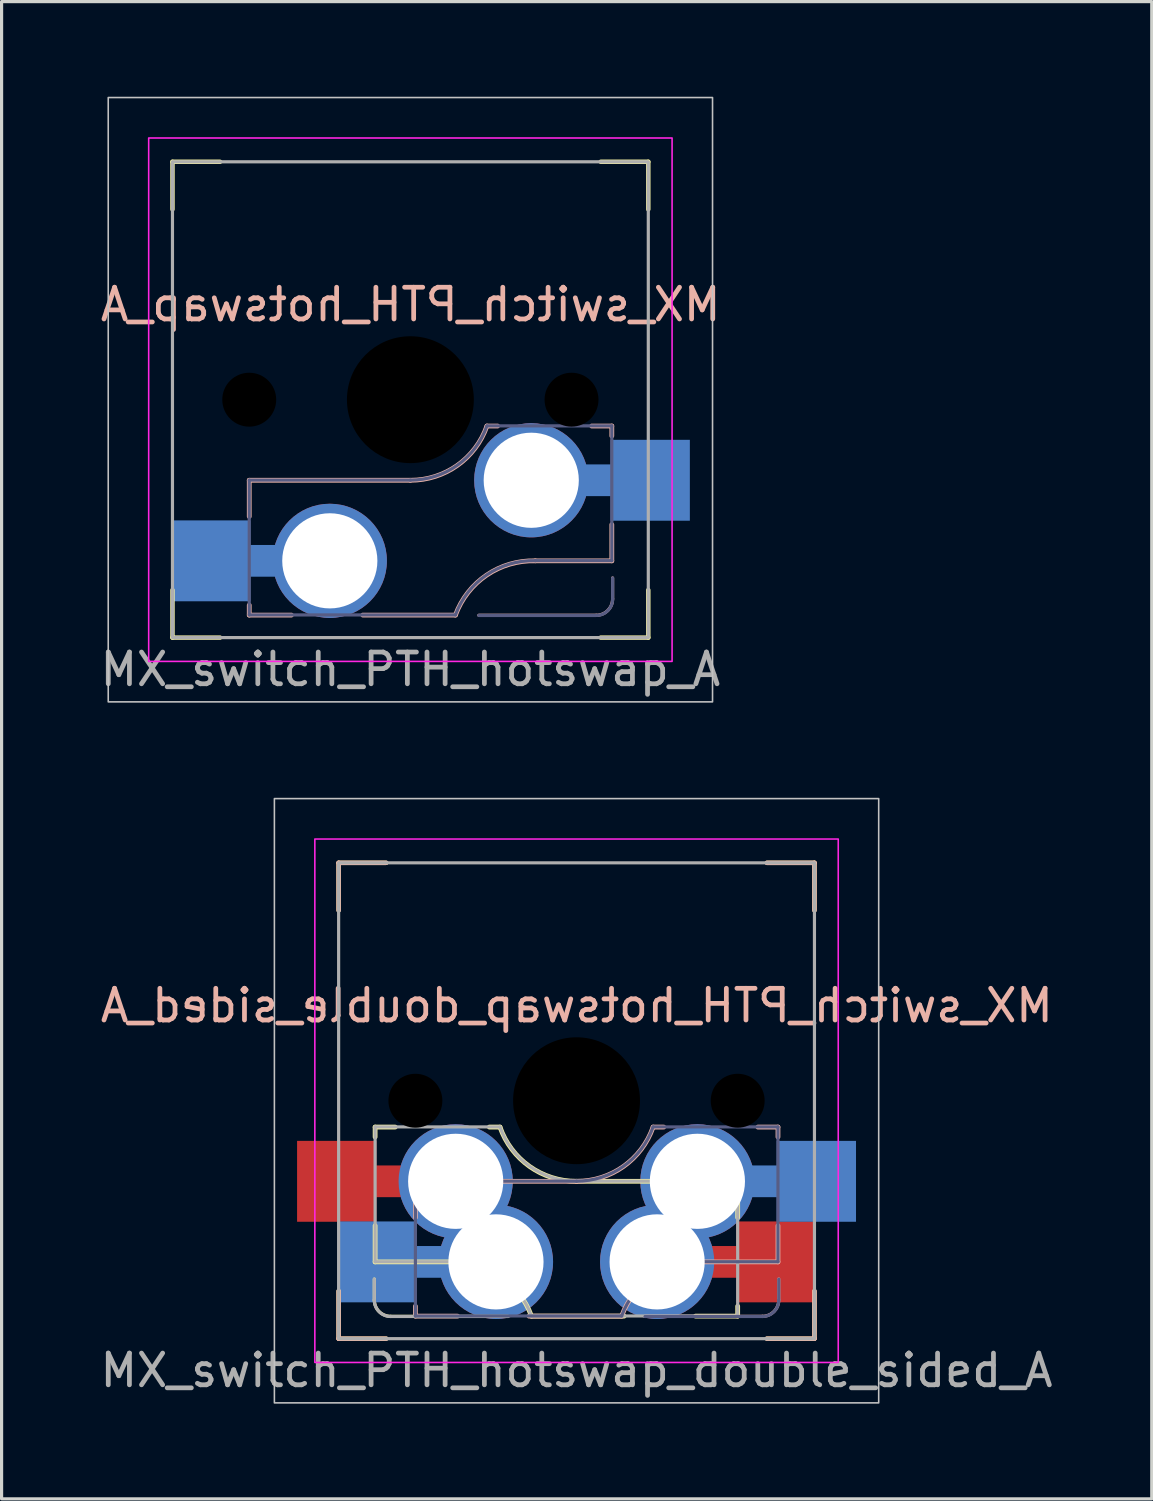
<source format=kicad_pcb>
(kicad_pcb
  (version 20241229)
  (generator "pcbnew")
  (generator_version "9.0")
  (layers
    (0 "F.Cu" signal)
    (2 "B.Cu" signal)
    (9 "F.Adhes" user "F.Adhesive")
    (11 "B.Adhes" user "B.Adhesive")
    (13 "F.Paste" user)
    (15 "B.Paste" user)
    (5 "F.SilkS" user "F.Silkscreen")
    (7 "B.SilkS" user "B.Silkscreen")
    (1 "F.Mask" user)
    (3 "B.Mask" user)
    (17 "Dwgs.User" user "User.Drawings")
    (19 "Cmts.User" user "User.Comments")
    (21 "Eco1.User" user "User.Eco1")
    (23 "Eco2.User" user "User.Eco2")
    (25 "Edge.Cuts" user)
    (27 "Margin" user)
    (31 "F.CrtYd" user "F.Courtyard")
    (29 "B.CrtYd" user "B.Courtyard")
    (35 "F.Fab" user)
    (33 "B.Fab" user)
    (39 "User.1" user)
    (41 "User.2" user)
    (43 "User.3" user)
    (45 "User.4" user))
  (footprint "MX_switch_PTH_hotswap_double_sided_A"
    (layer "F.Cu")
    (at 15.125 31.65)
    (property "Reference" "MX_switch_PTH_hotswap_double_sided_A" (at 0.008 -3 0) (unlocked yes) (layer "B.SilkS") (effects (font (size 1 1) (thickness 0.15)) (justify mirror)))
    (attr through_hole)
    (fp_line (start -7.5 -7.5) (end -7.5 -6) (stroke (width 0.14) (type solid)) (layer "F.SilkS"))
    (fp_line (start -7.5 -7.5) (end -6 -7.5) (stroke (width 0.14) (type solid)) (layer "F.SilkS"))
    (fp_line (start -7.5 7.5) (end -7.5 6) (stroke (width 0.14) (type solid)) (layer "F.SilkS"))
    (fp_line (start -7.5 7.5) (end -6 7.5) (stroke (width 0.14) (type solid)) (layer "F.SilkS"))
    (fp_line (start -6.375 5.62) (end -6.375 6.28) (stroke (width 0.1) (type solid)) (layer "F.SilkS"))
    (fp_line (start -6.35 0.83) (end -6.35 1.143) (stroke (width 0.15) (type solid)) (layer "F.SilkS"))
    (fp_line (start -6.35 0.83) (end -5.715 0.83) (stroke (width 0.15) (type solid)) (layer "F.SilkS"))
    (fp_line (start -6.35 3.937) (end -6.35 5.08) (stroke (width 0.15) (type solid)) (layer "F.SilkS"))
    (fp_line (start -6.35 5.08) (end -3.937 5.08) (stroke (width 0.15) (type solid)) (layer "F.SilkS"))
    (fp_line (start -2.75 0.83) (end -2.413 0.83) (stroke (width 0.15) (type solid)) (layer "F.SilkS"))
    (fp_line (start -2.159 6.796) (end -5.859 6.796) (stroke (width 0.1) (type solid)) (layer "F.SilkS"))
    (fp_line (start 1.5 6.79) (end -1.421 6.79) (stroke (width 0.15) (type solid)) (layer "F.SilkS"))
    (fp_line (start 5.08 2.54) (end 0 2.54) (stroke (width 0.15) (type solid)) (layer "F.SilkS"))
    (fp_line (start 5.08 2.54) (end 5.08 3.683) (stroke (width 0.15) (type solid)) (layer "F.SilkS"))
    (fp_line (start 5.08 6.477) (end 5.08 6.79) (stroke (width 0.15) (type solid)) (layer "F.SilkS"))
    (fp_line (start 5.08 6.79) (end 3.75 6.79) (stroke (width 0.15) (type solid)) (layer "F.SilkS"))
    (fp_line (start 7.5 -7.5) (end 6 -7.5) (stroke (width 0.14) (type solid)) (layer "F.SilkS"))
    (fp_line (start 7.5 -7.5) (end 7.5 -6) (stroke (width 0.14) (type solid)) (layer "F.SilkS"))
    (fp_line (start 7.5 7.5) (end 6 7.5) (stroke (width 0.14) (type solid)) (layer "F.SilkS"))
    (fp_line (start 7.5 7.5) (end 7.5 6) (stroke (width 0.14) (type solid)) (layer "F.SilkS"))
    (fp_arc (start -5.8588 6.7964) (mid -6.223812 6.645211) (end -6.375 6.2802) (stroke (width 0.1) (type solid)) (layer "F.SilkS"))
    (fp_arc (start -3.937 5.08) (mid -2.403573 5.52986) (end -1.420812 6.79) (stroke (width 0.15) (type solid)) (layer "F.SilkS"))
    (fp_arc (start 0 2.54) (mid -1.480188 2.071204) (end -2.413 0.83) (stroke (width 0.15) (type solid)) (layer "F.SilkS"))
    (fp_line (start -7.5 -7.5) (end -7.5 -6) (stroke (width 0.14) (type solid)) (layer "B.SilkS"))
    (fp_line (start -7.5 -7.5) (end -6 -7.5) (stroke (width 0.14) (type solid)) (layer "B.SilkS"))
    (fp_line (start -7.5 7.5) (end -7.5 6) (stroke (width 0.14) (type solid)) (layer "B.SilkS"))
    (fp_line (start -7.5 7.5) (end -6 7.5) (stroke (width 0.14) (type solid)) (layer "B.SilkS"))
    (fp_line (start -5.08 2.54) (end -5.08 3.683) (stroke (width 0.15) (type solid)) (layer "B.SilkS"))
    (fp_line (start -5.08 2.54) (end 0 2.54) (stroke (width 0.15) (type solid)) (layer "B.SilkS"))
    (fp_line (start -5.08 6.477) (end -5.08 6.79) (stroke (width 0.15) (type solid)) (layer "B.SilkS"))
    (fp_line (start -5.08 6.79) (end -3.75 6.79) (stroke (width 0.15) (type solid)) (layer "B.SilkS"))
    (fp_line (start -1.5 6.79) (end 1.421 6.79) (stroke (width 0.15) (type solid)) (layer "B.SilkS"))
    (fp_line (start 2.159 6.796) (end 5.859 6.796) (stroke (width 0.1) (type solid)) (layer "B.SilkS"))
    (fp_line (start 2.75 0.83) (end 2.413 0.83) (stroke (width 0.15) (type solid)) (layer "B.SilkS"))
    (fp_line (start 6.35 0.83) (end 5.715 0.83) (stroke (width 0.15) (type solid)) (layer "B.SilkS"))
    (fp_line (start 6.35 0.83) (end 6.35 1.143) (stroke (width 0.15) (type solid)) (layer "B.SilkS"))
    (fp_line (start 6.35 3.937) (end 6.35 5.08) (stroke (width 0.15) (type solid)) (layer "B.SilkS"))
    (fp_line (start 6.35 5.08) (end 3.937 5.08) (stroke (width 0.15) (type solid)) (layer "B.SilkS"))
    (fp_line (start 6.375 5.62) (end 6.375 6.28) (stroke (width 0.1) (type solid)) (layer "B.SilkS"))
    (fp_line (start 7.5 -7.5) (end 6 -7.5) (stroke (width 0.14) (type solid)) (layer "B.SilkS"))
    (fp_line (start 7.5 -7.5) (end 7.5 -6) (stroke (width 0.14) (type solid)) (layer "B.SilkS"))
    (fp_line (start 7.5 7.5) (end 6 7.5) (stroke (width 0.14) (type solid)) (layer "B.SilkS"))
    (fp_line (start 7.5 7.5) (end 7.5 6) (stroke (width 0.14) (type solid)) (layer "B.SilkS"))
    (fp_arc (start 1.420812 6.79) (mid 2.403572 5.529859) (end 3.937 5.08) (stroke (width 0.15) (type solid)) (layer "B.SilkS"))
    (fp_arc (start 2.413 0.83) (mid 1.480188 2.071204) (end 0 2.54) (stroke (width 0.15) (type solid)) (layer "B.SilkS"))
    (fp_arc (start 6.375 6.2802) (mid 6.223809 6.645209) (end 5.8588 6.7964) (stroke (width 0.1) (type solid)) (layer "B.SilkS"))
    (fp_rect (start -9.525 -9.525) (end 9.525 9.525) (stroke (width 0.05) (type solid)) (fill no) (layer "Dwgs.User"))
    (fp_rect (start -8.25 -8.25) (end 8.25 8.25) (stroke (width 0.05) (type solid)) (fill no) (layer "F.CrtYd"))
    (fp_line (start -5.08 2.535) (end -5.08 6.785) (stroke (width 0.1) (type solid)) (layer "B.Fab"))
    (fp_line (start -5.08 2.535) (end 0 2.535) (stroke (width 0.1) (type solid)) (layer "B.Fab"))
    (fp_line (start -5.08 6.785) (end 1.421 6.785) (stroke (width 0.1) (type solid)) (layer "B.Fab"))
    (fp_line (start 2.159 6.802) (end 5.859 6.802) (stroke (width 0.1) (type solid)) (layer "B.Fab"))
    (fp_line (start 6.35 0.825) (end 2.413 0.825) (stroke (width 0.1) (type solid)) (layer "B.Fab"))
    (fp_line (start 6.35 0.825) (end 6.35 5.075) (stroke (width 0.1) (type solid)) (layer "B.Fab"))
    (fp_line (start 6.35 5.075) (end 3.937 5.075) (stroke (width 0.1) (type solid)) (layer "B.Fab"))
    (fp_line (start 6.375 5.625) (end 6.375 6.285) (stroke (width 0.1) (type solid)) (layer "B.Fab"))
    (fp_arc (start 1.420812 6.785) (mid 2.403572 5.524859) (end 3.937 5.075) (stroke (width 0.1) (type solid)) (layer "B.Fab"))
    (fp_arc (start 2.413 0.825) (mid 1.480188 2.066204) (end 0 2.535) (stroke (width 0.1) (type solid)) (layer "B.Fab"))
    (fp_arc (start 6.375 6.2854) (mid 6.223809 6.650409) (end 5.8588 6.8016) (stroke (width 0.1) (type solid)) (layer "B.Fab"))
    (fp_line (start -6.375 5.625) (end -6.375 6.285) (stroke (width 0.1) (type solid)) (layer "F.Fab"))
    (fp_line (start -6.35 0.825) (end -6.35 5.075) (stroke (width 0.1) (type solid)) (layer "F.Fab"))
    (fp_line (start -6.35 0.825) (end -2.413 0.825) (stroke (width 0.1) (type solid)) (layer "F.Fab"))
    (fp_line (start -6.35 5.075) (end -3.937 5.075) (stroke (width 0.1) (type solid)) (layer "F.Fab"))
    (fp_line (start -2.159 6.802) (end -5.859 6.802) (stroke (width 0.1) (type solid)) (layer "F.Fab"))
    (fp_line (start 5.08 2.535) (end 0 2.535) (stroke (width 0.1) (type solid)) (layer "F.Fab"))
    (fp_line (start 5.08 2.535) (end 5.08 6.785) (stroke (width 0.1) (type solid)) (layer "F.Fab"))
    (fp_line (start 5.08 6.785) (end -1.421 6.785) (stroke (width 0.1) (type solid)) (layer "F.Fab"))
    (fp_rect (start -7.5 -7.5) (end 7.5 7.5) (stroke (width 0.1) (type solid)) (fill no) (layer "F.Fab"))
    (fp_arc (start -5.8588 6.8016) (mid -6.223812 6.650411) (end -6.375 6.2854) (stroke (width 0.1) (type solid)) (layer "F.Fab"))
    (fp_arc (start -3.937 5.075) (mid -2.403573 5.52486) (end -1.420812 6.785) (stroke (width 0.1) (type solid)) (layer "F.Fab"))
    (fp_arc (start 0 2.535) (mid -1.480188 2.066204) (end -2.413 0.825) (stroke (width 0.1) (type solid)) (layer "F.Fab"))
    (fp_text user "${REFERENCE}" (at 0 8.5 0) (unlocked yes) (layer "F.Fab") (effects (font (size 1 1) (thickness 0.15))))
    (pad "" np_thru_hole circle (at -5.08 0) (size 1.7 1.7) (drill 1.7) (layers "*.Mask"))
    (pad "" np_thru_hole circle (at 0 0) (size 4 4) (drill 4) (layers "*.Mask"))
    (pad "" np_thru_hole circle (at 5.08 0) (size 1.7 1.7) (drill 1.7) (layers "*.Mask"))
    (pad "1" smd rect (at -7.56 2.54) (size 2.5 2.55) (layers "F.Cu" "F.Mask" "F.Paste"))
    (pad "1" smd rect (at -6.29 5.08) (size 2.5 2.55) (layers "B.Cu" "B.Mask" "B.Paste"))
    (pad "1" smd rect (at -6 2.54) (size 3 1) (layers "F.Cu"))
    (pad "1" smd rect (at -4.5 5.08) (size 3 1) (layers "B.Cu"))
    (pad "1" thru_hole circle (at -3.81 2.54) (size 3.6 3.6) (drill 3) (layers "*.Cu" "F.Mask"))
    (pad "1" thru_hole circle (at -2.54 5.08) (size 3.6 3.6) (drill 3) (layers "*.Cu" "B.Mask"))
    (pad "2" thru_hole circle (at 2.54 5.08) (size 3.6 3.6) (drill 3) (layers "*.Cu" "F.Mask"))
    (pad "2" thru_hole circle (at 3.81 2.54) (size 3.6 3.6) (drill 3) (layers "*.Cu" "B.Mask"))
    (pad "2" smd rect (at 4.5 5.08) (size 3 1) (layers "F.Cu"))
    (pad "2" smd rect (at 6 2.54) (size 3 1) (layers "B.Cu"))
    (pad "2" smd rect (at 6.29 5.08) (size 2.5 2.55) (layers "F.Cu" "F.Mask" "F.Paste"))
    (pad "2" smd rect (at 7.56 2.54) (size 2.5 2.55) (layers "B.Cu" "B.Mask" "B.Paste")))
  (footprint "MX_switch_PTH_hotswap_A"
    (layer "F.Cu")
    (at 9.887 9.55)
    (property "Reference" "MX_switch_PTH_hotswap_A" (at 0.008 -3 0) (unlocked yes) (layer "B.SilkS") (effects (font (size 1 1) (thickness 0.15)) (justify mirror)))
    (attr through_hole)
    (fp_line (start -7.5 -7.5) (end -7.5 -6) (stroke (width 0.14) (type solid)) (layer "F.SilkS"))
    (fp_line (start -7.5 -7.5) (end -6 -7.5) (stroke (width 0.14) (type solid)) (layer "F.SilkS"))
    (fp_line (start -7.5 7.5) (end -7.5 6) (stroke (width 0.14) (type solid)) (layer "F.SilkS"))
    (fp_line (start -7.5 7.5) (end -6 7.5) (stroke (width 0.14) (type solid)) (layer "F.SilkS"))
    (fp_line (start 7.5 -7.5) (end 6 -7.5) (stroke (width 0.14) (type solid)) (layer "F.SilkS"))
    (fp_line (start 7.5 -7.5) (end 7.5 -6) (stroke (width 0.14) (type solid)) (layer "F.SilkS"))
    (fp_line (start 7.5 7.5) (end 6 7.5) (stroke (width 0.14) (type solid)) (layer "F.SilkS"))
    (fp_line (start 7.5 7.5) (end 7.5 6) (stroke (width 0.14) (type solid)) (layer "F.SilkS"))
    (fp_line (start -5.08 2.54) (end -5.08 3.683) (stroke (width 0.15) (type solid)) (layer "B.SilkS"))
    (fp_line (start -5.08 2.54) (end 0 2.54) (stroke (width 0.15) (type solid)) (layer "B.SilkS"))
    (fp_line (start -5.08 6.477) (end -5.08 6.79) (stroke (width 0.15) (type solid)) (layer "B.SilkS"))
    (fp_line (start -5.08 6.79) (end -3.75 6.79) (stroke (width 0.15) (type solid)) (layer "B.SilkS"))
    (fp_line (start -1.5 6.79) (end 1.421 6.79) (stroke (width 0.15) (type solid)) (layer "B.SilkS"))
    (fp_line (start 2.159 6.796) (end 5.859 6.796) (stroke (width 0.1) (type solid)) (layer "B.SilkS"))
    (fp_line (start 2.75 0.83) (end 2.413 0.83) (stroke (width 0.15) (type solid)) (layer "B.SilkS"))
    (fp_line (start 6.35 0.83) (end 5.715 0.83) (stroke (width 0.15) (type solid)) (layer "B.SilkS"))
    (fp_line (start 6.35 0.83) (end 6.35 1.143) (stroke (width 0.15) (type solid)) (layer "B.SilkS"))
    (fp_line (start 6.35 3.937) (end 6.35 5.08) (stroke (width 0.15) (type solid)) (layer "B.SilkS"))
    (fp_line (start 6.35 5.08) (end 3.937 5.08) (stroke (width 0.15) (type solid)) (layer "B.SilkS"))
    (fp_line (start 6.375 5.62) (end 6.375 6.28) (stroke (width 0.1) (type solid)) (layer "B.SilkS"))
    (fp_arc (start 1.420812 6.79) (mid 2.403572 5.529859) (end 3.937 5.08) (stroke (width 0.15) (type solid)) (layer "B.SilkS"))
    (fp_arc (start 2.413 0.83) (mid 1.480188 2.071204) (end 0 2.54) (stroke (width 0.15) (type solid)) (layer "B.SilkS"))
    (fp_arc (start 6.375 6.2802) (mid 6.223809 6.645209) (end 5.8588 6.7964) (stroke (width 0.1) (type solid)) (layer "B.SilkS"))
    (fp_rect (start -9.525 -9.525) (end 9.525 9.525) (stroke (width 0.05) (type solid)) (fill no) (layer "Dwgs.User"))
    (fp_rect (start -8.25 -8.25) (end 8.25 8.25) (stroke (width 0.05) (type solid)) (fill no) (layer "F.CrtYd"))
    (fp_line (start -5.08 2.535) (end -5.08 6.785) (stroke (width 0.1) (type solid)) (layer "B.Fab"))
    (fp_line (start -5.08 2.535) (end 0 2.535) (stroke (width 0.1) (type solid)) (layer "B.Fab"))
    (fp_line (start -5.08 6.785) (end 1.421 6.785) (stroke (width 0.1) (type solid)) (layer "B.Fab"))
    (fp_line (start 2.159 6.802) (end 5.859 6.802) (stroke (width 0.1) (type solid)) (layer "B.Fab"))
    (fp_line (start 6.35 0.825) (end 2.413 0.825) (stroke (width 0.1) (type solid)) (layer "B.Fab"))
    (fp_line (start 6.35 0.825) (end 6.35 5.075) (stroke (width 0.1) (type solid)) (layer "B.Fab"))
    (fp_line (start 6.35 5.075) (end 3.937 5.075) (stroke (width 0.1) (type solid)) (layer "B.Fab"))
    (fp_line (start 6.375 5.625) (end 6.375 6.285) (stroke (width 0.1) (type solid)) (layer "B.Fab"))
    (fp_arc (start 1.420812 6.785) (mid 2.403572 5.524859) (end 3.937 5.075) (stroke (width 0.1) (type solid)) (layer "B.Fab"))
    (fp_arc (start 2.413 0.825) (mid 1.480188 2.066204) (end 0 2.535) (stroke (width 0.1) (type solid)) (layer "B.Fab"))
    (fp_arc (start 6.375 6.2854) (mid 6.223809 6.650409) (end 5.8588 6.8016) (stroke (width 0.1) (type solid)) (layer "B.Fab"))
    (fp_rect (start -7.5 -7.5) (end 7.5 7.5) (stroke (width 0.1) (type solid)) (fill no) (layer "F.Fab"))
    (fp_text user "${REFERENCE}" (at 0 8.5 0) (unlocked yes) (layer "F.Fab") (effects (font (size 1 1) (thickness 0.15))))
    (pad "" np_thru_hole circle (at -5.08 0) (size 1.7 1.7) (drill 1.7) (layers "*.Mask"))
    (pad "" np_thru_hole circle (at 0 0) (size 4 4) (drill 4) (layers "*.Mask"))
    (pad "" np_thru_hole circle (at 5.08 0) (size 1.7 1.7) (drill 1.7) (layers "*.Mask"))
    (pad "1" smd rect (at -6.29 5.08) (size 2.5 2.55) (layers "B.Cu" "B.Mask" "B.Paste"))
    (pad "1" smd rect (at -4.5 5.08) (size 3 1) (layers "B.Cu"))
    (pad "1" thru_hole circle (at -2.54 5.08) (size 3.6 3.6) (drill 3) (layers "*.Cu" "B.Mask"))
    (pad "2" thru_hole circle (at 3.81 2.54) (size 3.6 3.6) (drill 3) (layers "*.Cu" "B.Mask"))
    (pad "2" smd rect (at 6 2.54) (size 3 1) (layers "B.Cu"))
    (pad "2" smd rect (at 7.56 2.54) (size 2.5 2.55) (layers "B.Cu" "B.Mask" "B.Paste")))
  (gr_rect
    (start -3 -3)
    (end 33.258 44.2)
    (stroke (width 0.1) (type default))
    (fill no)
    (layer "Edge.Cuts")))
</source>
